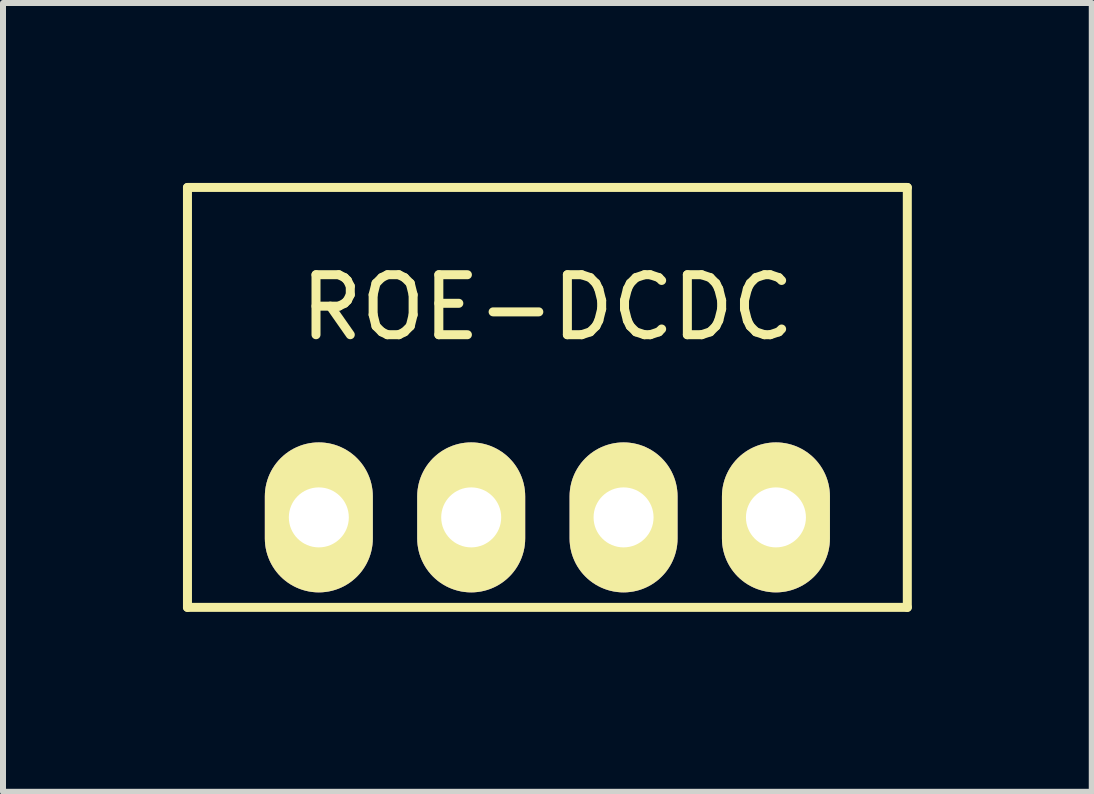
<source format=kicad_pcb>
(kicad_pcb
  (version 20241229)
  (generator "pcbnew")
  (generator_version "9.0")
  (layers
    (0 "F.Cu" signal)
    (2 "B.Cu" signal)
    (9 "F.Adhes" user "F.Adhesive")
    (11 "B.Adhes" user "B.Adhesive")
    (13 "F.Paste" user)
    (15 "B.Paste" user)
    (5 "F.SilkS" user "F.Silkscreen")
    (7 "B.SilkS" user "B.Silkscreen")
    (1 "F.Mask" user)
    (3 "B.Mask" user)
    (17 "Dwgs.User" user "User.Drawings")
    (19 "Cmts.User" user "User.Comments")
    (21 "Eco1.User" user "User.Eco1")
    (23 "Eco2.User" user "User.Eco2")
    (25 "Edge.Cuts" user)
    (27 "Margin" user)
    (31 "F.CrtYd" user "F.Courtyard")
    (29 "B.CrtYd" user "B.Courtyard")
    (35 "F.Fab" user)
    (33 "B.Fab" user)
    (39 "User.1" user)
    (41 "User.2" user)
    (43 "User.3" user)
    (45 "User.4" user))
  (footprint "ROE-DCDC"
    (layer "F.Cu")
    (at 6.075 5.575)
    (property "Reference" "ROE-DCDC" (at 0 -3.5 0) (layer "F.SilkS") (effects (font (size 1 1) (thickness 0.15))))
    (attr through_hole)
    (fp_line (start -6 -5.5) (end -6 1.5) (stroke (width 0.15) (type solid)) (layer "F.SilkS"))
    (fp_line (start -6 1.5) (end 6 1.5) (stroke (width 0.15) (type solid)) (layer "F.SilkS"))
    (fp_line (start 6 -5.5) (end -6 -5.5) (stroke (width 0.15) (type solid)) (layer "F.SilkS"))
    (fp_line (start 6 1.5) (end 6 -5.5) (stroke (width 0.15) (type solid)) (layer "F.SilkS"))
    (pad "1" thru_hole oval (at 3.81 0) (size 1.8 2.5) (drill 1) (layers "*.Cu" "*.Mask" "F.SilkS"))
    (pad "2" thru_hole oval (at 1.27 0) (size 1.8 2.5) (drill 1) (layers "*.Cu" "*.Mask" "F.SilkS"))
    (pad "3" thru_hole oval (at -1.27 0) (size 1.8 2.5) (drill 1) (layers "*.Cu" "*.Mask" "F.SilkS"))
    (pad "4" thru_hole oval (at -3.81 0) (size 1.8 2.5) (drill 1) (layers "*.Cu" "*.Mask" "F.SilkS")))
  (gr_rect
    (start -3 -3)
    (end 15.15 10.15)
    (stroke (width 0.1) (type default))
    (fill no)
    (layer "Edge.Cuts")))
</source>
